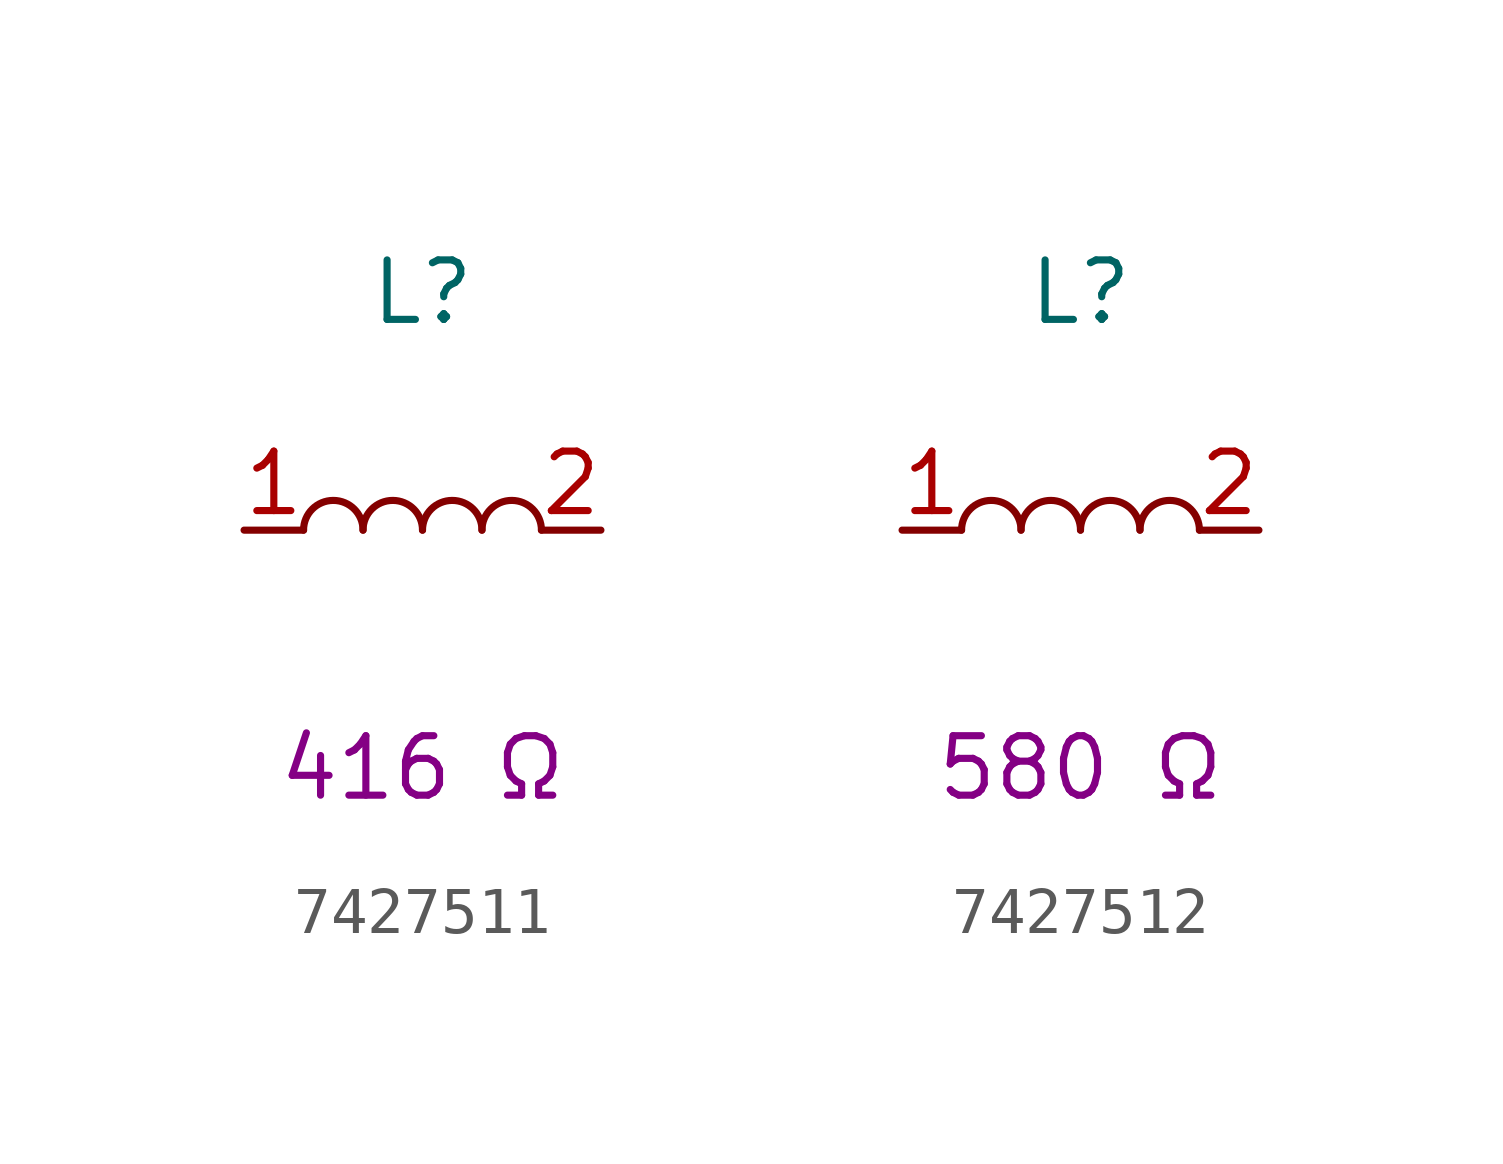
<source format=kicad_sym>
(kicad_symbol_lib
  (version 20220914)
  (generator kicad_symbol_editor)
  (symbol "7427511"
    (pin_names hide)
    (property "Reference" "L"
      (at 0 5.08 0)
      (effects (font (size 1.27 1.27))))
    (property "Critical Parameter" "416 Ω"
      (at 0 -5.08 0)
      (effects (font (size 1.27 1.27))))
    (symbol "7427511_0_1"
      (arc (start -1.27 0) (mid -1.905 0.6323) (end -2.54 0) (stroke (width 0) (type default)) (fill (type none)))
      (arc (start 0 0) (mid -0.635 0.6323) (end -1.27 0) (stroke (width 0) (type default)) (fill (type none)))
      (arc (start 1.27 0) (mid 0.635 0.6323) (end 0 0) (stroke (width 0) (type default)) (fill (type none)))
      (arc (start 2.54 0) (mid 1.905 0.6323) (end 1.27 0) (stroke (width 0) (type default)) (fill (type none))))
    (symbol "7427511_1_1"
      (pin passive line (at -3.81 0 0) (length 1.27) (name "1" (effects (font (size 1.27 1.27)))) (number "1" (effects (font (size 1.27 1.27)))))
      (pin passive line (at 3.81 0 180) (length 1.27) (name "2" (effects (font (size 1.27 1.27)))) (number "2" (effects (font (size 1.27 1.27)))))))
  (symbol "7427512"
    (pin_names hide)
    (property "Reference" "L"
      (at 0 5.08 0)
      (effects (font (size 1.27 1.27))))
    (property "Critical Parameter" "580 Ω"
      (at 0 -5.08 0)
      (effects (font (size 1.27 1.27))))
    (symbol "7427512_0_1"
      (arc (start -1.27 0) (mid -1.905 0.6323) (end -2.54 0) (stroke (width 0) (type default)) (fill (type none)))
      (arc (start 0 0) (mid -0.635 0.6323) (end -1.27 0) (stroke (width 0) (type default)) (fill (type none)))
      (arc (start 1.27 0) (mid 0.635 0.6323) (end 0 0) (stroke (width 0) (type default)) (fill (type none)))
      (arc (start 2.54 0) (mid 1.905 0.6323) (end 1.27 0) (stroke (width 0) (type default)) (fill (type none))))
    (symbol "7427512_1_1"
      (pin passive line (at -3.81 0 0) (length 1.27) (name "1" (effects (font (size 1.27 1.27)))) (number "1" (effects (font (size 1.27 1.27)))))
      (pin passive line (at 3.81 0 180) (length 1.27) (name "2" (effects (font (size 1.27 1.27)))) (number "2" (effects (font (size 1.27 1.27))))))))
</source>
